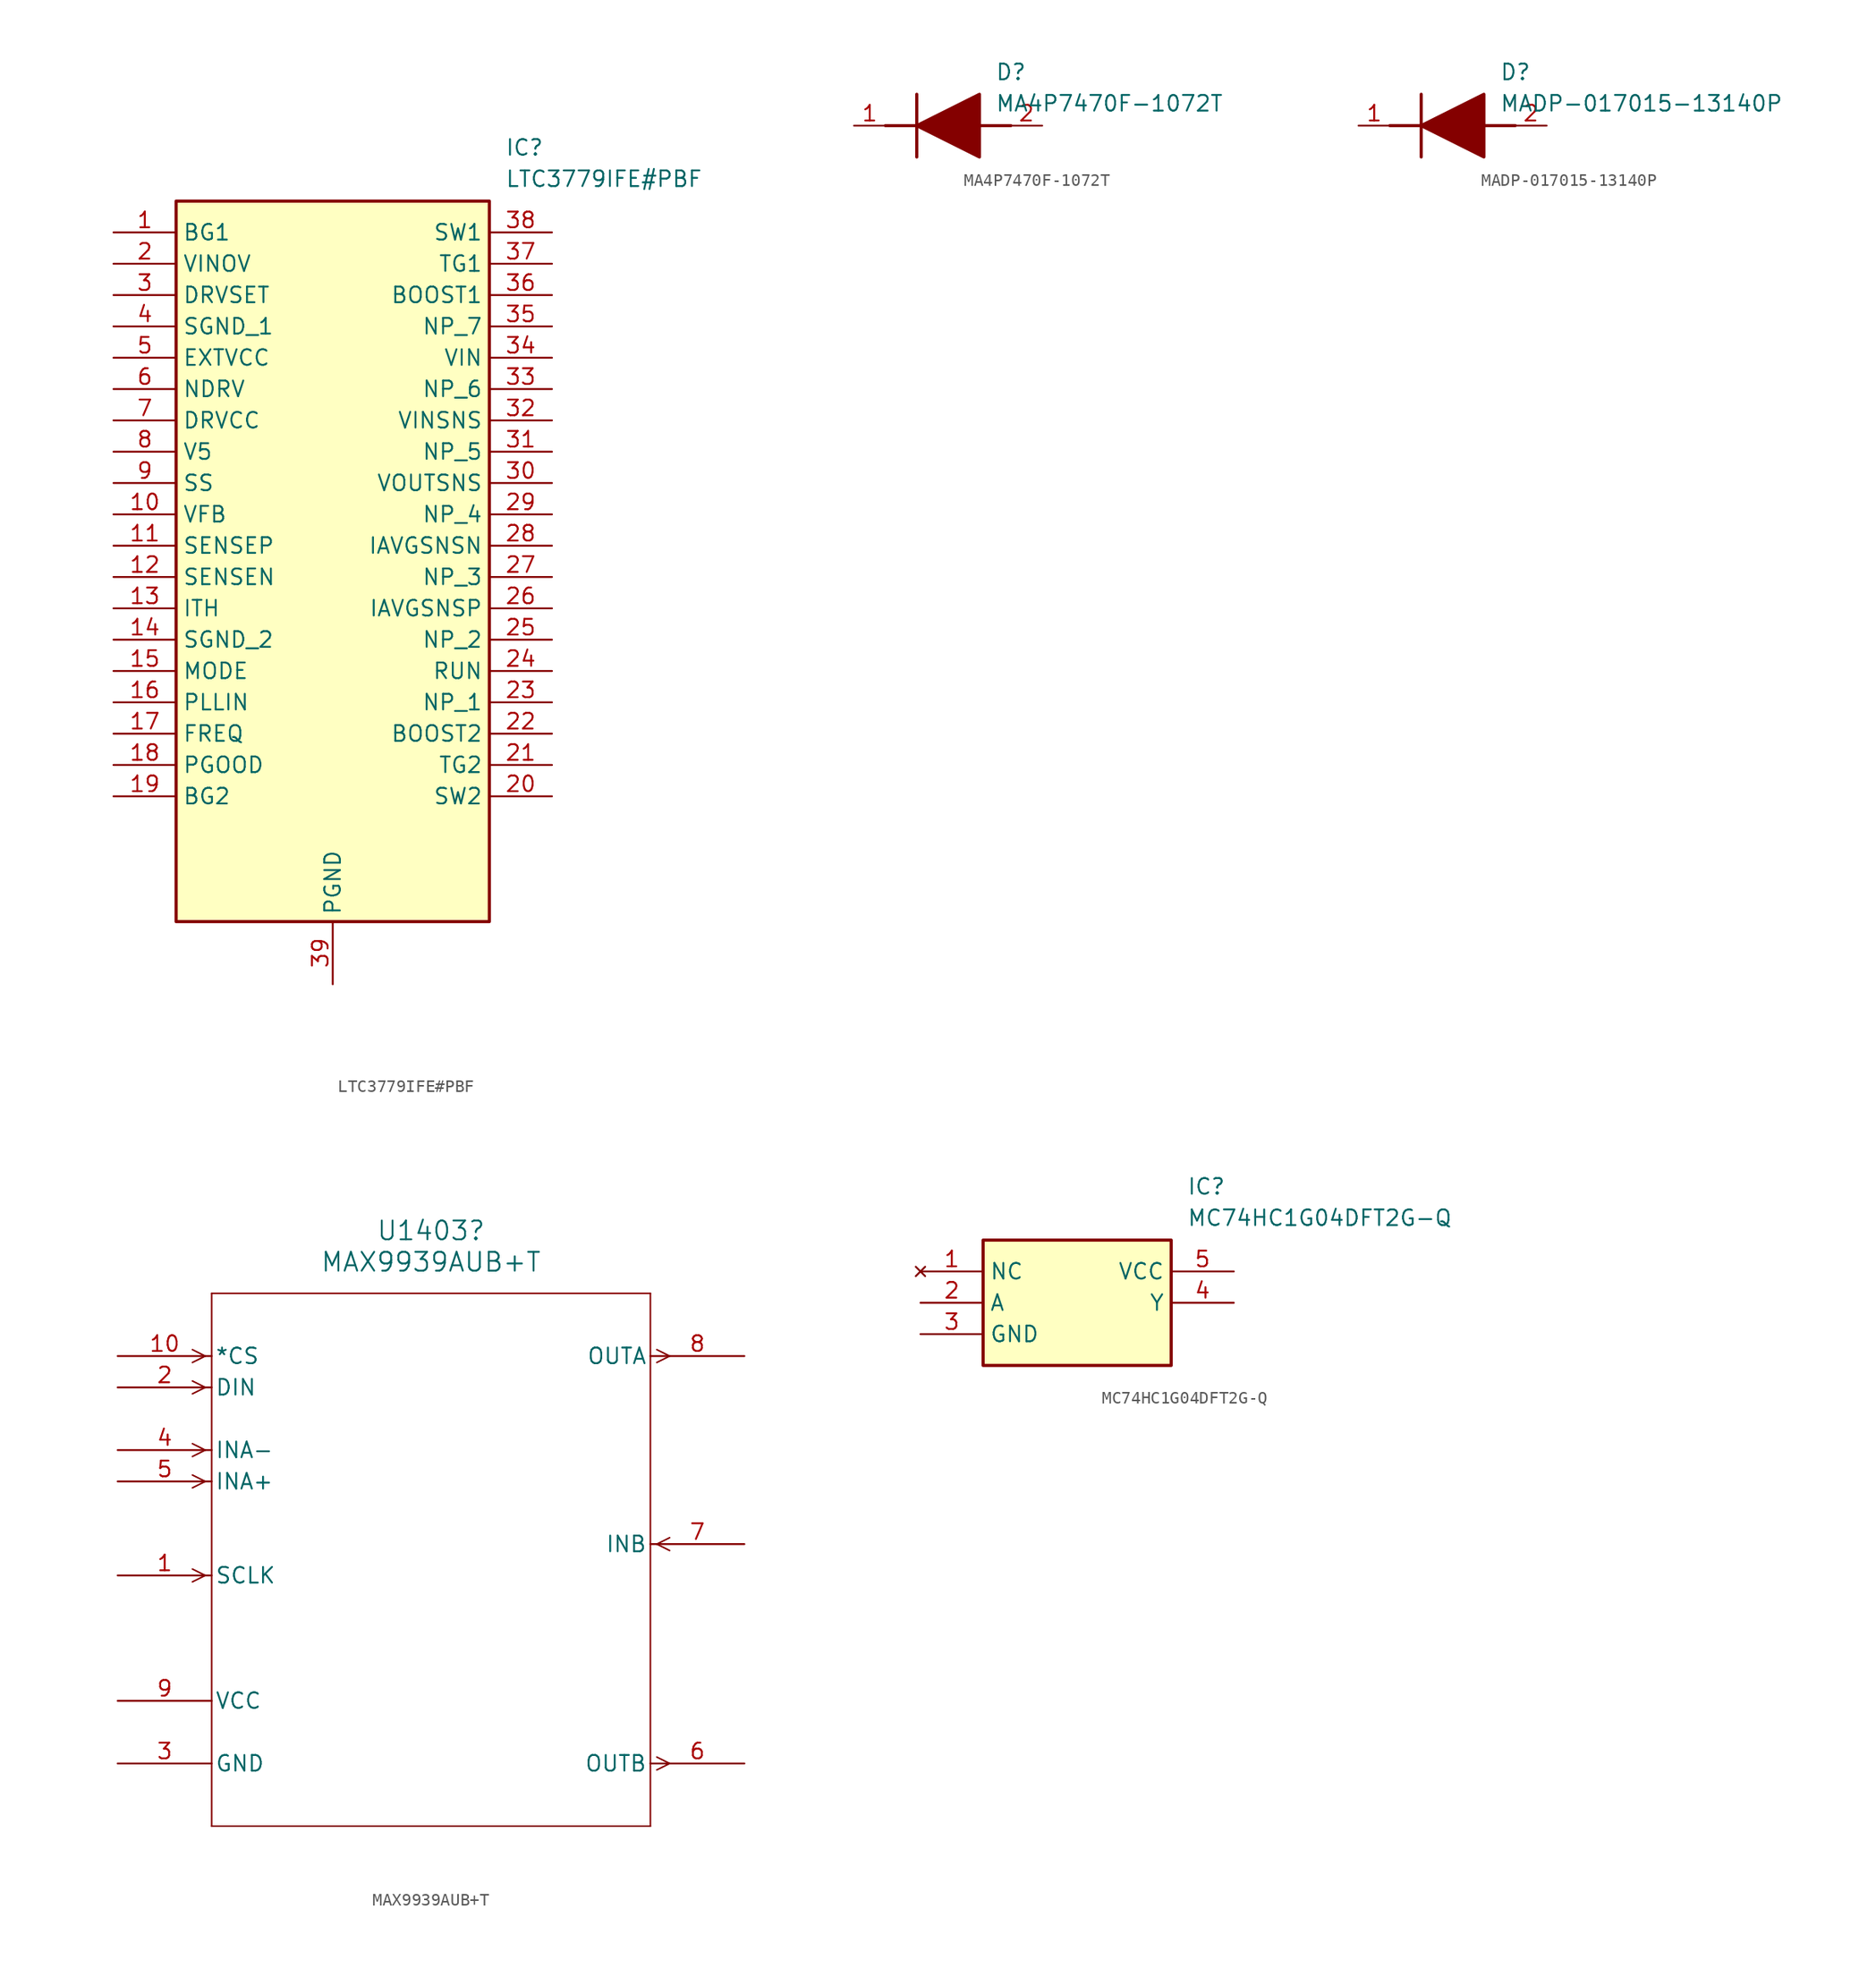
<source format=kicad_sym>
(kicad_symbol_lib
  (version 20241209)
  (generator "kicad_symbol_editor")
  (generator_version "9.0")
  (symbol "LTC3779IFE#PBF"
    (property "Reference" "IC"
      (at 31.75 7.62 0)
      (effects (font (size 1.27 1.27)) (justify left top)))
    (property "Value" "LTC3779IFE#PBF"
      (at 31.75 5.08 0)
      (effects (font (size 1.27 1.27)) (justify left top)))
    (symbol "LTC3779IFE#PBF_1_1"
      (rectangle (start 5.08 2.54) (end 30.48 -55.88) (stroke (width 0.254) (type default)) (fill (type background)))
      (pin passive line (at 0 0 0) (length 5.08) (name "BG1" (effects (font (size 1.27 1.27)))) (number "1" (effects (font (size 1.27 1.27)))))
      (pin passive line (at 0 -2.54 0) (length 5.08) (name "VINOV" (effects (font (size 1.27 1.27)))) (number "2" (effects (font (size 1.27 1.27)))))
      (pin passive line (at 0 -5.08 0) (length 5.08) (name "DRVSET" (effects (font (size 1.27 1.27)))) (number "3" (effects (font (size 1.27 1.27)))))
      (pin passive line (at 0 -7.62 0) (length 5.08) (name "SGND_1" (effects (font (size 1.27 1.27)))) (number "4" (effects (font (size 1.27 1.27)))))
      (pin passive line (at 0 -10.16 0) (length 5.08) (name "EXTVCC" (effects (font (size 1.27 1.27)))) (number "5" (effects (font (size 1.27 1.27)))))
      (pin passive line (at 0 -12.7 0) (length 5.08) (name "NDRV" (effects (font (size 1.27 1.27)))) (number "6" (effects (font (size 1.27 1.27)))))
      (pin passive line (at 0 -15.24 0) (length 5.08) (name "DRVCC" (effects (font (size 1.27 1.27)))) (number "7" (effects (font (size 1.27 1.27)))))
      (pin passive line (at 0 -17.78 0) (length 5.08) (name "V5" (effects (font (size 1.27 1.27)))) (number "8" (effects (font (size 1.27 1.27)))))
      (pin passive line (at 0 -20.32 0) (length 5.08) (name "SS" (effects (font (size 1.27 1.27)))) (number "9" (effects (font (size 1.27 1.27)))))
      (pin passive line (at 0 -22.86 0) (length 5.08) (name "VFB" (effects (font (size 1.27 1.27)))) (number "10" (effects (font (size 1.27 1.27)))))
      (pin passive line (at 0 -25.4 0) (length 5.08) (name "SENSEP" (effects (font (size 1.27 1.27)))) (number "11" (effects (font (size 1.27 1.27)))))
      (pin passive line (at 0 -27.94 0) (length 5.08) (name "SENSEN" (effects (font (size 1.27 1.27)))) (number "12" (effects (font (size 1.27 1.27)))))
      (pin passive line (at 0 -30.48 0) (length 5.08) (name "ITH" (effects (font (size 1.27 1.27)))) (number "13" (effects (font (size 1.27 1.27)))))
      (pin passive line (at 0 -33.02 0) (length 5.08) (name "SGND_2" (effects (font (size 1.27 1.27)))) (number "14" (effects (font (size 1.27 1.27)))))
      (pin passive line (at 0 -35.56 0) (length 5.08) (name "MODE" (effects (font (size 1.27 1.27)))) (number "15" (effects (font (size 1.27 1.27)))))
      (pin passive line (at 0 -38.1 0) (length 5.08) (name "PLLIN" (effects (font (size 1.27 1.27)))) (number "16" (effects (font (size 1.27 1.27)))))
      (pin passive line (at 0 -40.64 0) (length 5.08) (name "FREQ" (effects (font (size 1.27 1.27)))) (number "17" (effects (font (size 1.27 1.27)))))
      (pin passive line (at 0 -43.18 0) (length 5.08) (name "PGOOD" (effects (font (size 1.27 1.27)))) (number "18" (effects (font (size 1.27 1.27)))))
      (pin passive line (at 0 -45.72 0) (length 5.08) (name "BG2" (effects (font (size 1.27 1.27)))) (number "19" (effects (font (size 1.27 1.27)))))
      (pin passive line (at 17.78 -60.96 90) (length 5.08) (name "PGND" (effects (font (size 1.27 1.27)))) (number "39" (effects (font (size 1.27 1.27)))))
      (pin passive line (at 35.56 0 180) (length 5.08) (name "SW1" (effects (font (size 1.27 1.27)))) (number "38" (effects (font (size 1.27 1.27)))))
      (pin passive line (at 35.56 -2.54 180) (length 5.08) (name "TG1" (effects (font (size 1.27 1.27)))) (number "37" (effects (font (size 1.27 1.27)))))
      (pin passive line (at 35.56 -5.08 180) (length 5.08) (name "BOOST1" (effects (font (size 1.27 1.27)))) (number "36" (effects (font (size 1.27 1.27)))))
      (pin passive line (at 35.56 -7.62 180) (length 5.08) (name "NP_7" (effects (font (size 1.27 1.27)))) (number "35" (effects (font (size 1.27 1.27)))))
      (pin passive line (at 35.56 -10.16 180) (length 5.08) (name "VIN" (effects (font (size 1.27 1.27)))) (number "34" (effects (font (size 1.27 1.27)))))
      (pin passive line (at 35.56 -12.7 180) (length 5.08) (name "NP_6" (effects (font (size 1.27 1.27)))) (number "33" (effects (font (size 1.27 1.27)))))
      (pin passive line (at 35.56 -15.24 180) (length 5.08) (name "VINSNS" (effects (font (size 1.27 1.27)))) (number "32" (effects (font (size 1.27 1.27)))))
      (pin passive line (at 35.56 -17.78 180) (length 5.08) (name "NP_5" (effects (font (size 1.27 1.27)))) (number "31" (effects (font (size 1.27 1.27)))))
      (pin passive line (at 35.56 -20.32 180) (length 5.08) (name "VOUTSNS" (effects (font (size 1.27 1.27)))) (number "30" (effects (font (size 1.27 1.27)))))
      (pin passive line (at 35.56 -22.86 180) (length 5.08) (name "NP_4" (effects (font (size 1.27 1.27)))) (number "29" (effects (font (size 1.27 1.27)))))
      (pin passive line (at 35.56 -25.4 180) (length 5.08) (name "IAVGSNSN" (effects (font (size 1.27 1.27)))) (number "28" (effects (font (size 1.27 1.27)))))
      (pin passive line (at 35.56 -27.94 180) (length 5.08) (name "NP_3" (effects (font (size 1.27 1.27)))) (number "27" (effects (font (size 1.27 1.27)))))
      (pin passive line (at 35.56 -30.48 180) (length 5.08) (name "IAVGSNSP" (effects (font (size 1.27 1.27)))) (number "26" (effects (font (size 1.27 1.27)))))
      (pin passive line (at 35.56 -33.02 180) (length 5.08) (name "NP_2" (effects (font (size 1.27 1.27)))) (number "25" (effects (font (size 1.27 1.27)))))
      (pin passive line (at 35.56 -35.56 180) (length 5.08) (name "RUN" (effects (font (size 1.27 1.27)))) (number "24" (effects (font (size 1.27 1.27)))))
      (pin passive line (at 35.56 -38.1 180) (length 5.08) (name "NP_1" (effects (font (size 1.27 1.27)))) (number "23" (effects (font (size 1.27 1.27)))))
      (pin passive line (at 35.56 -40.64 180) (length 5.08) (name "BOOST2" (effects (font (size 1.27 1.27)))) (number "22" (effects (font (size 1.27 1.27)))))
      (pin passive line (at 35.56 -43.18 180) (length 5.08) (name "TG2" (effects (font (size 1.27 1.27)))) (number "21" (effects (font (size 1.27 1.27)))))
      (pin passive line (at 35.56 -45.72 180) (length 5.08) (name "SW2" (effects (font (size 1.27 1.27)))) (number "20" (effects (font (size 1.27 1.27)))))))
  (symbol "MA4P7470F-1072T"
    (pin_names
      (hide yes))
    (property "Reference" "D"
      (at 11.43 5.08 0)
      (effects (font (size 1.27 1.27)) (justify left top)))
    (property "Value" "MA4P7470F-1072T"
      (at 11.43 2.54 0)
      (effects (font (size 1.27 1.27)) (justify left top)))
    (symbol "MA4P7470F-1072T_1_1"
      (polyline (pts (xy 2.54 0) (xy 5.08 0)) (stroke (width 0.254) (type default)) (fill (type none)))
      (polyline (pts (xy 5.08 2.54) (xy 5.08 -2.54)) (stroke (width 0.254) (type default)) (fill (type none)))
      (polyline (pts (xy 5.08 0) (xy 10.16 2.54) (xy 10.16 -2.54) (xy 5.08 0)) (stroke (width 0.254) (type default)) (fill (type outline)))
      (polyline (pts (xy 10.16 0) (xy 12.7 0)) (stroke (width 0.254) (type default)) (fill (type none)))
      (pin passive line (at 0 0 0) (length 2.54) (name "K" (effects (font (size 1.27 1.27)))) (number "1" (effects (font (size 1.27 1.27)))))
      (pin passive line (at 15.24 0 180) (length 2.54) (name "A" (effects (font (size 1.27 1.27)))) (number "2" (effects (font (size 1.27 1.27)))))))
  (symbol "MADP-017015-13140P"
    (pin_names
      (hide yes))
    (property "Reference" "D"
      (at 11.43 5.08 0)
      (effects (font (size 1.27 1.27)) (justify left top)))
    (property "Value" "MADP-017015-13140P"
      (at 11.43 2.54 0)
      (effects (font (size 1.27 1.27)) (justify left top)))
    (symbol "MADP-017015-13140P_1_1"
      (polyline (pts (xy 2.54 0) (xy 5.08 0)) (stroke (width 0.254) (type default)) (fill (type none)))
      (polyline (pts (xy 5.08 2.54) (xy 5.08 -2.54)) (stroke (width 0.254) (type default)) (fill (type none)))
      (polyline (pts (xy 5.08 0) (xy 10.16 2.54) (xy 10.16 -2.54) (xy 5.08 0)) (stroke (width 0.254) (type default)) (fill (type outline)))
      (polyline (pts (xy 10.16 0) (xy 12.7 0)) (stroke (width 0.254) (type default)) (fill (type none)))
      (pin passive line (at 0 0 0) (length 2.54) (name "K" (effects (font (size 1.27 1.27)))) (number "1" (effects (font (size 1.27 1.27)))))
      (pin passive line (at 15.24 0 180) (length 2.54) (name "A" (effects (font (size 1.27 1.27)))) (number "2" (effects (font (size 1.27 1.27)))))))
  (symbol "MAX9939AUB+T"
    (pin_names
      (offset 0.254))
    (property "Reference" "U1403"
      (at 25.4 10.16 0)
      (effects (font (size 1.524 1.524))))
    (property "Value" "MAX9939AUB+T"
      (at 25.4 7.62 0)
      (effects (font (size 1.524 1.524))))
    (property "ki_locked" ""
      (at 0 0 0)
      (effects (font (size 1.27 1.27))))
    (symbol "MAX9939AUB+T_0_1"
      (polyline (pts (xy 7.099 0) (xy 6.058 0.521)) (stroke (width 0.127) (type default)) (fill (type none)))
      (polyline (pts (xy 7.099 0) (xy 6.058 -0.521)) (stroke (width 0.127) (type default)) (fill (type none)))
      (polyline (pts (xy 7.099 -2.54) (xy 6.058 -2.019)) (stroke (width 0.127) (type default)) (fill (type none)))
      (polyline (pts (xy 7.099 -2.54) (xy 6.058 -3.061)) (stroke (width 0.127) (type default)) (fill (type none)))
      (polyline (pts (xy 7.099 -7.62) (xy 6.058 -7.099)) (stroke (width 0.127) (type default)) (fill (type none)))
      (polyline (pts (xy 7.099 -7.62) (xy 6.058 -8.141)) (stroke (width 0.127) (type default)) (fill (type none)))
      (polyline (pts (xy 7.099 -10.16) (xy 6.058 -9.639)) (stroke (width 0.127) (type default)) (fill (type none)))
      (polyline (pts (xy 7.099 -10.16) (xy 6.058 -10.681)) (stroke (width 0.127) (type default)) (fill (type none)))
      (polyline (pts (xy 7.099 -17.78) (xy 6.058 -17.259)) (stroke (width 0.127) (type default)) (fill (type none)))
      (polyline (pts (xy 7.099 -17.78) (xy 6.058 -18.301)) (stroke (width 0.127) (type default)) (fill (type none)))
      (polyline (pts (xy 7.62 5.08) (xy 7.62 -38.1)) (stroke (width 0.127) (type default)) (fill (type none)))
      (polyline (pts (xy 7.62 -38.1) (xy 43.18 -38.1)) (stroke (width 0.127) (type default)) (fill (type none)))
      (polyline (pts (xy 43.18 5.08) (xy 7.62 5.08)) (stroke (width 0.127) (type default)) (fill (type none)))
      (polyline (pts (xy 43.18 -38.1) (xy 43.18 5.08)) (stroke (width 0.127) (type default)) (fill (type none)))
      (polyline (pts (xy 43.701 0.521) (xy 44.742 0)) (stroke (width 0.127) (type default)) (fill (type none)))
      (polyline (pts (xy 43.701 -0.521) (xy 44.742 0)) (stroke (width 0.127) (type default)) (fill (type none)))
      (polyline (pts (xy 43.701 -15.24) (xy 44.742 -14.719)) (stroke (width 0.127) (type default)) (fill (type none)))
      (polyline (pts (xy 43.701 -15.24) (xy 44.742 -15.761)) (stroke (width 0.127) (type default)) (fill (type none)))
      (polyline (pts (xy 43.701 -32.499) (xy 44.742 -33.02)) (stroke (width 0.127) (type default)) (fill (type none)))
      (polyline (pts (xy 43.701 -33.541) (xy 44.742 -33.02)) (stroke (width 0.127) (type default)) (fill (type none)))
      (pin input line (at 0 0 0) (length 7.62) (name "*CS" (effects (font (size 1.27 1.27)))) (number "10" (effects (font (size 1.27 1.27)))))
      (pin input line (at 0 -2.54 0) (length 7.62) (name "DIN" (effects (font (size 1.27 1.27)))) (number "2" (effects (font (size 1.27 1.27)))))
      (pin input line (at 0 -7.62 0) (length 7.62) (name "INA-" (effects (font (size 1.27 1.27)))) (number "4" (effects (font (size 1.27 1.27)))))
      (pin input line (at 0 -10.16 0) (length 7.62) (name "INA+" (effects (font (size 1.27 1.27)))) (number "5" (effects (font (size 1.27 1.27)))))
      (pin input line (at 0 -17.78 0) (length 7.62) (name "SCLK" (effects (font (size 1.27 1.27)))) (number "1" (effects (font (size 1.27 1.27)))))
      (pin power_in line (at 0 -27.94 0) (length 7.62) (name "VCC" (effects (font (size 1.27 1.27)))) (number "9" (effects (font (size 1.27 1.27)))))
      (pin power_in line (at 0 -33.02 0) (length 7.62) (name "GND" (effects (font (size 1.27 1.27)))) (number "3" (effects (font (size 1.27 1.27)))))
      (pin output line (at 50.8 0 180) (length 7.62) (name "OUTA" (effects (font (size 1.27 1.27)))) (number "8" (effects (font (size 1.27 1.27)))))
      (pin input line (at 50.8 -15.24 180) (length 7.62) (name "INB" (effects (font (size 1.27 1.27)))) (number "7" (effects (font (size 1.27 1.27)))))
      (pin output line (at 50.8 -33.02 180) (length 7.62) (name "OUTB" (effects (font (size 1.27 1.27)))) (number "6" (effects (font (size 1.27 1.27)))))))
  (symbol "MC74HC1G04DFT2G-Q"
    (property "Reference" "IC"
      (at 21.59 7.62 0)
      (effects (font (size 1.27 1.27)) (justify left top)))
    (property "Value" "MC74HC1G04DFT2G-Q"
      (at 21.59 5.08 0)
      (effects (font (size 1.27 1.27)) (justify left top)))
    (symbol "MC74HC1G04DFT2G-Q_1_1"
      (rectangle (start 5.08 2.54) (end 20.32 -7.62) (stroke (width 0.254) (type default)) (fill (type background)))
      (pin no_connect line (at 0 0 0) (length 5.08) (name "NC" (effects (font (size 1.27 1.27)))) (number "1" (effects (font (size 1.27 1.27)))))
      (pin passive line (at 0 -2.54 0) (length 5.08) (name "A" (effects (font (size 1.27 1.27)))) (number "2" (effects (font (size 1.27 1.27)))))
      (pin passive line (at 0 -5.08 0) (length 5.08) (name "GND" (effects (font (size 1.27 1.27)))) (number "3" (effects (font (size 1.27 1.27)))))
      (pin passive line (at 25.4 0 180) (length 5.08) (name "VCC" (effects (font (size 1.27 1.27)))) (number "5" (effects (font (size 1.27 1.27)))))
      (pin passive line (at 25.4 -2.54 180) (length 5.08) (name "Y" (effects (font (size 1.27 1.27)))) (number "4" (effects (font (size 1.27 1.27))))))))
</source>
